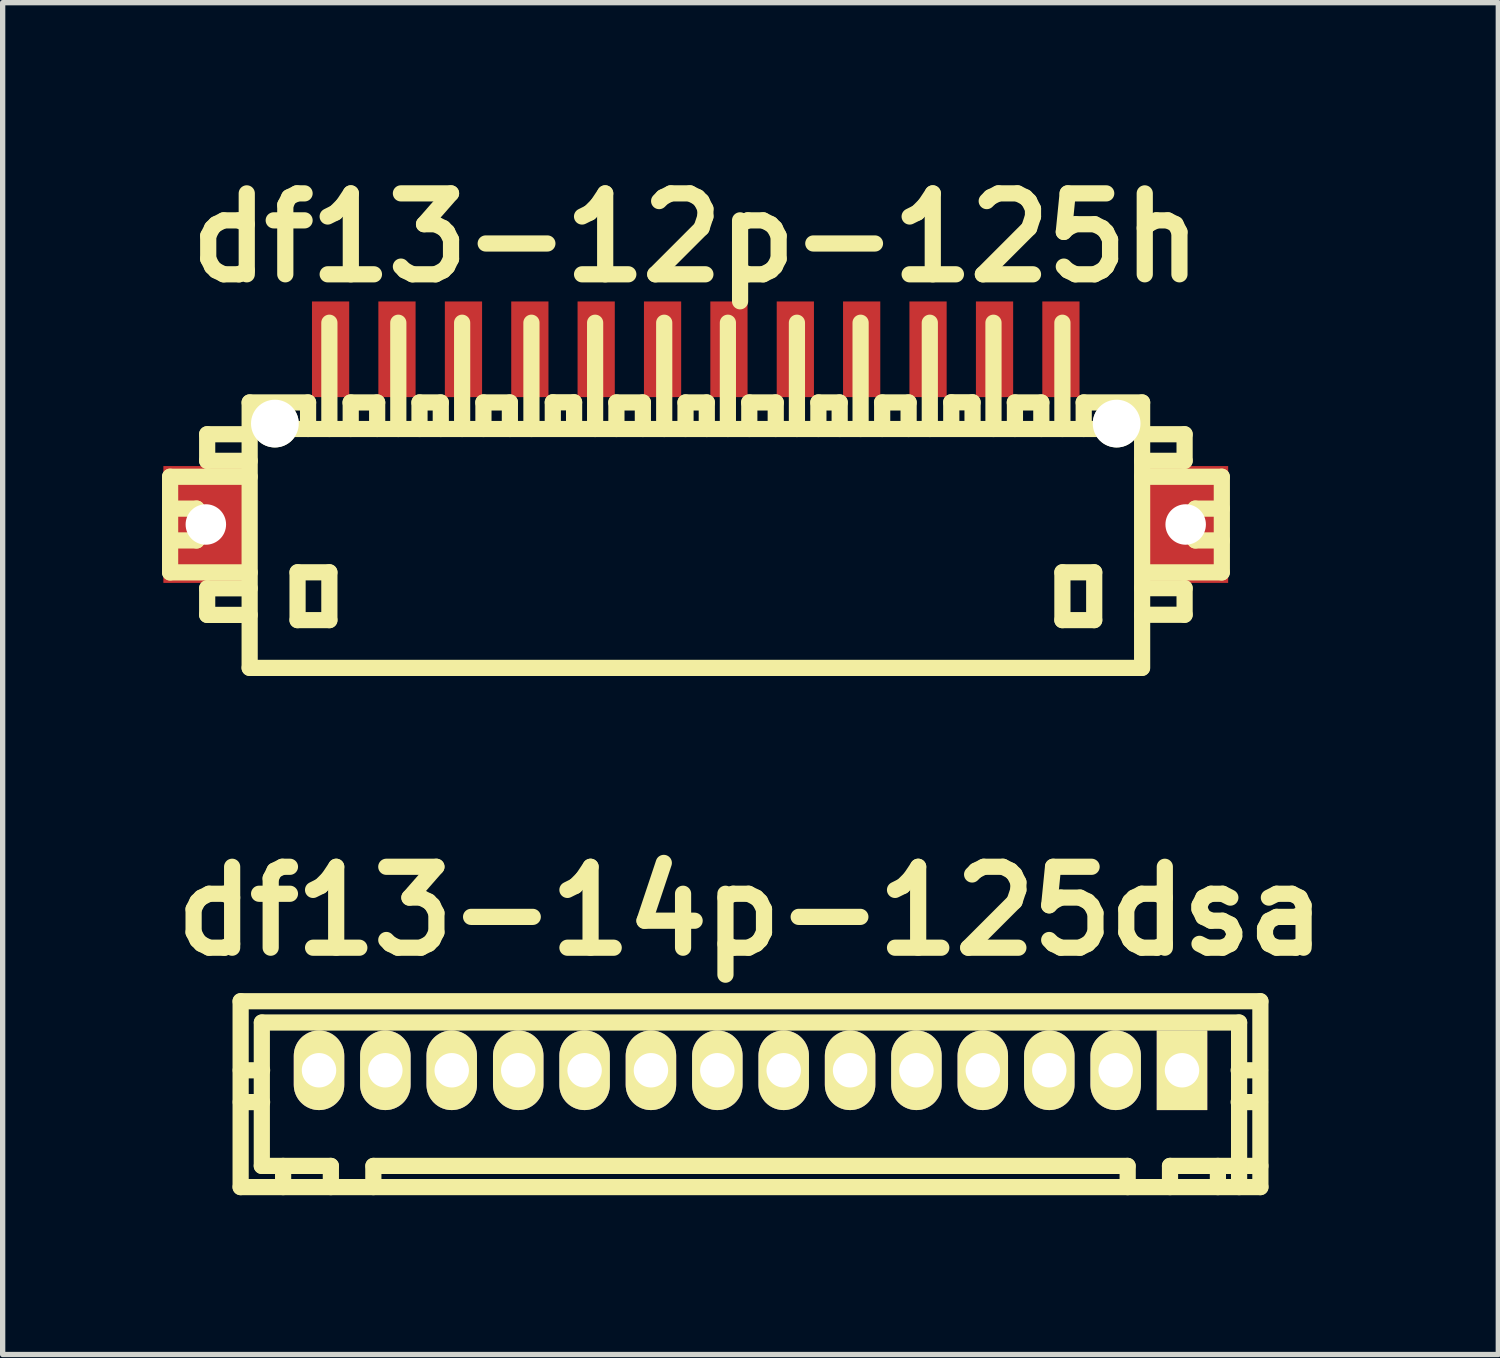
<source format=kicad_pcb>
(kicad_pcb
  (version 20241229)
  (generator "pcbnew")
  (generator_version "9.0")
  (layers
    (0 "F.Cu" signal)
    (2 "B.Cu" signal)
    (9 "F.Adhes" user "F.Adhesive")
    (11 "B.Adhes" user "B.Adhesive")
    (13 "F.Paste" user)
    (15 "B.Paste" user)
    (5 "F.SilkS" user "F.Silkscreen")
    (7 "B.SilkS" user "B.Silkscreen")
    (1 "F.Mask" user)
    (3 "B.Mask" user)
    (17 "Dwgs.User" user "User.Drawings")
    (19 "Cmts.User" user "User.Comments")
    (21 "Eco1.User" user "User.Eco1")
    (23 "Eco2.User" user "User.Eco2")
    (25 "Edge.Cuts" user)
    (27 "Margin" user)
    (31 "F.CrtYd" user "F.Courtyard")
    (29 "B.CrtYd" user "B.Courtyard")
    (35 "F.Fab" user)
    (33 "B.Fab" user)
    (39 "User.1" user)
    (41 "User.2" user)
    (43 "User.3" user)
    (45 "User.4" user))
  (footprint "df13-14p-125dsa"
    (layer "F.Cu")
    (at 11.082 17.103)
    (property "Reference" "df13-14p-125dsa" (at 0 -2.997 0) (layer "F.SilkS") (effects (font (size 1.524 1.524) (thickness 0.305))))
    (attr through_hole)
    (fp_line (start -9.601 -1.3) (end 9.601 -1.3) (stroke (width 0.305) (type solid)) (layer "F.SilkS"))
    (fp_line (start -9.601 2.2) (end -9.601 -1.3) (stroke (width 0.305) (type solid)) (layer "F.SilkS"))
    (fp_line (start -9.601 2.2) (end 9.601 2.2) (stroke (width 0.305) (type solid)) (layer "F.SilkS"))
    (fp_line (start -9.202 -0.899) (end -9.202 1.801) (stroke (width 0.305) (type solid)) (layer "F.SilkS"))
    (fp_line (start -9.197 0) (end -9.599 0) (stroke (width 0.305) (type solid)) (layer "F.SilkS"))
    (fp_line (start -9.197 0.599) (end -9.599 0.599) (stroke (width 0.305) (type solid)) (layer "F.SilkS"))
    (fp_line (start -8.801 1.801) (end -8.801 2.2) (stroke (width 0.305) (type solid)) (layer "F.SilkS"))
    (fp_line (start -8.199 -0.099) (end -8.199 0.099) (stroke (width 0.305) (type solid)) (layer "F.SilkS"))
    (fp_line (start -8.199 0.099) (end -8.001 0.099) (stroke (width 0.305) (type solid)) (layer "F.SilkS"))
    (fp_line (start -8.001 -0.099) (end -8.199 -0.099) (stroke (width 0.305) (type solid)) (layer "F.SilkS"))
    (fp_line (start -8.001 0.099) (end -8.001 -0.099) (stroke (width 0.305) (type solid)) (layer "F.SilkS"))
    (fp_line (start -7.902 1.801) (end -9.202 1.801) (stroke (width 0.305) (type solid)) (layer "F.SilkS"))
    (fp_line (start -7.902 1.801) (end -7.902 2.2) (stroke (width 0.305) (type solid)) (layer "F.SilkS"))
    (fp_line (start -7.102 2.2) (end -7.102 1.801) (stroke (width 0.305) (type solid)) (layer "F.SilkS"))
    (fp_line (start -7.099 1.801) (end 7.099 1.801) (stroke (width 0.305) (type solid)) (layer "F.SilkS"))
    (fp_line (start -7 -0.099) (end -7 0.099) (stroke (width 0.305) (type solid)) (layer "F.SilkS"))
    (fp_line (start -7 0.099) (end -6.8 0.099) (stroke (width 0.305) (type solid)) (layer "F.SilkS"))
    (fp_line (start -6.8 -0.099) (end -7 -0.099) (stroke (width 0.305) (type solid)) (layer "F.SilkS"))
    (fp_line (start -6.8 0.099) (end -6.8 -0.099) (stroke (width 0.305) (type solid)) (layer "F.SilkS"))
    (fp_line (start -5.7 -0.099) (end -5.7 0.099) (stroke (width 0.305) (type solid)) (layer "F.SilkS"))
    (fp_line (start -5.7 0.099) (end -5.499 0.099) (stroke (width 0.305) (type solid)) (layer "F.SilkS"))
    (fp_line (start -5.499 -0.099) (end -5.7 -0.099) (stroke (width 0.305) (type solid)) (layer "F.SilkS"))
    (fp_line (start -5.499 0.099) (end -5.499 -0.099) (stroke (width 0.305) (type solid)) (layer "F.SilkS"))
    (fp_line (start -4.501 -0.099) (end -4.3 -0.099) (stroke (width 0.305) (type solid)) (layer "F.SilkS"))
    (fp_line (start -4.501 0.099) (end -4.501 -0.099) (stroke (width 0.305) (type solid)) (layer "F.SilkS"))
    (fp_line (start -4.3 -0.099) (end -4.3 0.099) (stroke (width 0.305) (type solid)) (layer "F.SilkS"))
    (fp_line (start -4.3 0.099) (end -4.501 0.099) (stroke (width 0.305) (type solid)) (layer "F.SilkS"))
    (fp_line (start -3.2 -0.099) (end -3.2 0.099) (stroke (width 0.305) (type solid)) (layer "F.SilkS"))
    (fp_line (start -3.2 0.099) (end -3 0.099) (stroke (width 0.305) (type solid)) (layer "F.SilkS"))
    (fp_line (start -3 -0.099) (end -3.2 -0.099) (stroke (width 0.305) (type solid)) (layer "F.SilkS"))
    (fp_line (start -3 0.099) (end -3 -0.099) (stroke (width 0.305) (type solid)) (layer "F.SilkS"))
    (fp_line (start -1.999 -0.099) (end -1.999 0.099) (stroke (width 0.305) (type solid)) (layer "F.SilkS"))
    (fp_line (start -1.999 0.099) (end -1.801 0.099) (stroke (width 0.305) (type solid)) (layer "F.SilkS"))
    (fp_line (start -1.801 -0.099) (end -1.999 -0.099) (stroke (width 0.305) (type solid)) (layer "F.SilkS"))
    (fp_line (start -1.801 0.099) (end -1.801 -0.099) (stroke (width 0.305) (type solid)) (layer "F.SilkS"))
    (fp_line (start -0.701 -0.099) (end -0.701 0.099) (stroke (width 0.305) (type solid)) (layer "F.SilkS"))
    (fp_line (start -0.701 0.099) (end -0.5 0.099) (stroke (width 0.305) (type solid)) (layer "F.SilkS"))
    (fp_line (start -0.5 -0.099) (end -0.701 -0.099) (stroke (width 0.305) (type solid)) (layer "F.SilkS"))
    (fp_line (start -0.5 0.099) (end -0.5 -0.099) (stroke (width 0.305) (type solid)) (layer "F.SilkS"))
    (fp_line (start 0.5 -0.099) (end 0.701 -0.099) (stroke (width 0.305) (type solid)) (layer "F.SilkS"))
    (fp_line (start 0.5 0.099) (end 0.5 -0.099) (stroke (width 0.305) (type solid)) (layer "F.SilkS"))
    (fp_line (start 0.701 -0.099) (end 0.701 0.099) (stroke (width 0.305) (type solid)) (layer "F.SilkS"))
    (fp_line (start 0.701 0.099) (end 0.5 0.099) (stroke (width 0.305) (type solid)) (layer "F.SilkS"))
    (fp_line (start 1.801 -0.099) (end 1.999 -0.099) (stroke (width 0.305) (type solid)) (layer "F.SilkS"))
    (fp_line (start 1.801 0.099) (end 1.801 -0.099) (stroke (width 0.305) (type solid)) (layer "F.SilkS"))
    (fp_line (start 1.999 -0.099) (end 1.999 0.099) (stroke (width 0.305) (type solid)) (layer "F.SilkS"))
    (fp_line (start 1.999 0.099) (end 1.801 0.099) (stroke (width 0.305) (type solid)) (layer "F.SilkS"))
    (fp_line (start 3 -0.099) (end 3.2 -0.099) (stroke (width 0.305) (type solid)) (layer "F.SilkS"))
    (fp_line (start 3 0.099) (end 3 -0.099) (stroke (width 0.305) (type solid)) (layer "F.SilkS"))
    (fp_line (start 3.2 -0.099) (end 3.2 0.099) (stroke (width 0.305) (type solid)) (layer "F.SilkS"))
    (fp_line (start 3.2 0.099) (end 3 0.099) (stroke (width 0.305) (type solid)) (layer "F.SilkS"))
    (fp_line (start 4.3 -0.099) (end 4.501 -0.099) (stroke (width 0.305) (type solid)) (layer "F.SilkS"))
    (fp_line (start 4.3 0.099) (end 4.3 -0.099) (stroke (width 0.305) (type solid)) (layer "F.SilkS"))
    (fp_line (start 4.501 -0.099) (end 4.501 0.099) (stroke (width 0.305) (type solid)) (layer "F.SilkS"))
    (fp_line (start 4.501 0.099) (end 4.3 0.099) (stroke (width 0.305) (type solid)) (layer "F.SilkS"))
    (fp_line (start 5.499 -0.099) (end 5.7 -0.099) (stroke (width 0.305) (type solid)) (layer "F.SilkS"))
    (fp_line (start 5.499 0.099) (end 5.499 -0.099) (stroke (width 0.305) (type solid)) (layer "F.SilkS"))
    (fp_line (start 5.7 -0.099) (end 5.7 0.099) (stroke (width 0.305) (type solid)) (layer "F.SilkS"))
    (fp_line (start 5.7 0.099) (end 5.499 0.099) (stroke (width 0.305) (type solid)) (layer "F.SilkS"))
    (fp_line (start 6.8 -0.099) (end 7 -0.099) (stroke (width 0.305) (type solid)) (layer "F.SilkS"))
    (fp_line (start 6.8 0.099) (end 6.8 -0.099) (stroke (width 0.305) (type solid)) (layer "F.SilkS"))
    (fp_line (start 7 -0.099) (end 7 0.099) (stroke (width 0.305) (type solid)) (layer "F.SilkS"))
    (fp_line (start 7 0.099) (end 6.8 0.099) (stroke (width 0.305) (type solid)) (layer "F.SilkS"))
    (fp_line (start 7.102 2.2) (end 7.102 1.801) (stroke (width 0.305) (type solid)) (layer "F.SilkS"))
    (fp_line (start 7.899 1.801) (end 7.899 2.2) (stroke (width 0.305) (type solid)) (layer "F.SilkS"))
    (fp_line (start 7.899 1.801) (end 9.601 1.801) (stroke (width 0.305) (type solid)) (layer "F.SilkS"))
    (fp_line (start 8.001 -0.099) (end 8.199 -0.099) (stroke (width 0.305) (type solid)) (layer "F.SilkS"))
    (fp_line (start 8.001 0.099) (end 8.001 -0.099) (stroke (width 0.305) (type solid)) (layer "F.SilkS"))
    (fp_line (start 8.199 -0.099) (end 8.199 0.099) (stroke (width 0.305) (type solid)) (layer "F.SilkS"))
    (fp_line (start 8.199 0.099) (end 8.001 0.099) (stroke (width 0.305) (type solid)) (layer "F.SilkS"))
    (fp_line (start 8.801 1.801) (end 8.801 2.2) (stroke (width 0.305) (type solid)) (layer "F.SilkS"))
    (fp_line (start 9.192 0) (end 9.594 0) (stroke (width 0.305) (type solid)) (layer "F.SilkS"))
    (fp_line (start 9.2 -0.899) (end -9.2 -0.899) (stroke (width 0.305) (type solid)) (layer "F.SilkS"))
    (fp_line (start 9.2 -0.899) (end 9.2 2.2) (stroke (width 0.305) (type solid)) (layer "F.SilkS"))
    (fp_line (start 9.594 0.599) (end 9.192 0.599) (stroke (width 0.305) (type solid)) (layer "F.SilkS"))
    (fp_line (start 9.601 -1.3) (end 9.601 2.2) (stroke (width 0.305) (type solid)) (layer "F.SilkS"))
    (pad "1" thru_hole rect (at 8.125 0) (size 0.95 1.499) (drill 0.648) (layers "*.Cu" "*.Mask" "F.SilkS"))
    (pad "2" thru_hole oval (at 6.876 0) (size 0.95 1.499) (drill 0.648) (layers "*.Cu" "*.Mask" "F.SilkS"))
    (pad "3" thru_hole oval (at 5.626 0) (size 0.95 1.499) (drill 0.648) (layers "*.Cu" "*.Mask" "F.SilkS"))
    (pad "4" thru_hole oval (at 4.374 0) (size 0.95 1.499) (drill 0.648) (layers "*.Cu" "*.Mask" "F.SilkS"))
    (pad "5" thru_hole oval (at 3.124 0) (size 0.95 1.499) (drill 0.648) (layers "*.Cu" "*.Mask" "F.SilkS"))
    (pad "6" thru_hole oval (at 1.875 0) (size 0.95 1.499) (drill 0.648) (layers "*.Cu" "*.Mask" "F.SilkS"))
    (pad "7" thru_hole oval (at 0.625 0) (size 0.95 1.499) (drill 0.648) (layers "*.Cu" "*.Mask" "F.SilkS"))
    (pad "8" thru_hole oval (at -0.625 0) (size 0.95 1.499) (drill 0.648) (layers "*.Cu" "*.Mask" "F.SilkS"))
    (pad "9" thru_hole oval (at -1.875 0) (size 0.95 1.499) (drill 0.648) (layers "*.Cu" "*.Mask" "F.SilkS"))
    (pad "10" thru_hole oval (at -3.124 0) (size 0.95 1.499) (drill 0.648) (layers "*.Cu" "*.Mask" "F.SilkS"))
    (pad "11" thru_hole oval (at -4.374 0) (size 0.95 1.499) (drill 0.648) (layers "*.Cu" "*.Mask" "F.SilkS"))
    (pad "12" thru_hole oval (at -5.626 0) (size 0.95 1.499) (drill 0.648) (layers "*.Cu" "*.Mask" "F.SilkS"))
    (pad "13" thru_hole oval (at -6.876 0) (size 0.95 1.499) (drill 0.648) (layers "*.Cu" "*.Mask" "F.SilkS"))
    (pad "14" thru_hole oval (at -8.125 0) (size 0.95 1.499) (drill 0.648) (layers "*.Cu" "*.Mask" "F.SilkS")))
  (footprint "df13-12p-125h"
    (layer "F.Cu")
    (at 10.051 7.027)
    (property "Reference" "df13-12p-125h" (at 0 -5.601 0) (layer "F.SilkS") (effects (font (size 1.524 1.524) (thickness 0.305))))
    (attr through_hole)
    (fp_line (start -9.898 -1.1) (end -9.898 0.701) (stroke (width 0.305) (type solid)) (layer "F.SilkS"))
    (fp_line (start -9.898 0.701) (end -8.4 0.701) (stroke (width 0.305) (type solid)) (layer "F.SilkS"))
    (fp_line (start -9.398 -0.5) (end -9.898 -0.5) (stroke (width 0.305) (type solid)) (layer "F.SilkS"))
    (fp_line (start -9.398 0.099) (end -9.898 0.099) (stroke (width 0.305) (type solid)) (layer "F.SilkS"))
    (fp_line (start -9.398 0.099) (end -9.398 -0.5) (stroke (width 0.305) (type solid)) (layer "F.SilkS"))
    (fp_line (start -9.2 -1.9) (end -9.2 -1.4) (stroke (width 0.305) (type solid)) (layer "F.SilkS"))
    (fp_line (start -9.2 -1.9) (end -8.4 -1.9) (stroke (width 0.305) (type solid)) (layer "F.SilkS"))
    (fp_line (start -9.2 1.001) (end -9.2 1.501) (stroke (width 0.305) (type solid)) (layer "F.SilkS"))
    (fp_line (start -9.2 1.501) (end -8.4 1.501) (stroke (width 0.305) (type solid)) (layer "F.SilkS"))
    (fp_line (start -8.4 -1.4) (end -9.2 -1.4) (stroke (width 0.305) (type solid)) (layer "F.SilkS"))
    (fp_line (start -8.4 -1.1) (end -9.898 -1.1) (stroke (width 0.305) (type solid)) (layer "F.SilkS"))
    (fp_line (start -8.4 1.001) (end -9.2 1.001) (stroke (width 0.305) (type solid)) (layer "F.SilkS"))
    (fp_line (start -8.4 2.499) (end -8.4 -2.499) (stroke (width 0.305) (type solid)) (layer "F.SilkS"))
    (fp_line (start -7.498 0.699) (end -7.498 1.6) (stroke (width 0.305) (type solid)) (layer "F.SilkS"))
    (fp_line (start -7.498 1.6) (end -6.899 1.6) (stroke (width 0.305) (type solid)) (layer "F.SilkS"))
    (fp_line (start -7.3 -2.499) (end -8.4 -2.499) (stroke (width 0.305) (type solid)) (layer "F.SilkS"))
    (fp_line (start -7.3 -2.499) (end -7.3 -1.999) (stroke (width 0.305) (type solid)) (layer "F.SilkS"))
    (fp_line (start -6.899 -4) (end -6.899 -1.999) (stroke (width 0.305) (type solid)) (layer "F.SilkS"))
    (fp_line (start -6.899 0.699) (end -7.498 0.699) (stroke (width 0.305) (type solid)) (layer "F.SilkS"))
    (fp_line (start -6.899 1.6) (end -6.899 0.699) (stroke (width 0.305) (type solid)) (layer "F.SilkS"))
    (fp_line (start -6.5 -2.499) (end -5.999 -2.499) (stroke (width 0.305) (type solid)) (layer "F.SilkS"))
    (fp_line (start -6.497 -1.999) (end -6.497 -2.499) (stroke (width 0.305) (type solid)) (layer "F.SilkS"))
    (fp_line (start -5.999 -2.499) (end -5.999 -1.999) (stroke (width 0.305) (type solid)) (layer "F.SilkS"))
    (fp_line (start -5.601 -1.999) (end -5.601 -4) (stroke (width 0.305) (type solid)) (layer "F.SilkS"))
    (fp_line (start -5.202 -2.499) (end -5.202 -1.999) (stroke (width 0.305) (type solid)) (layer "F.SilkS"))
    (fp_line (start -4.801 -2.499) (end -5.202 -2.499) (stroke (width 0.305) (type solid)) (layer "F.SilkS"))
    (fp_line (start -4.801 -2.499) (end -4.801 -1.999) (stroke (width 0.305) (type solid)) (layer "F.SilkS"))
    (fp_line (start -4.399 -1.999) (end -4.399 -4) (stroke (width 0.305) (type solid)) (layer "F.SilkS"))
    (fp_line (start -4 -2.499) (end -3.5 -2.499) (stroke (width 0.305) (type solid)) (layer "F.SilkS"))
    (fp_line (start -3.998 -1.999) (end -3.998 -2.499) (stroke (width 0.305) (type solid)) (layer "F.SilkS"))
    (fp_line (start -3.5 -2.499) (end -3.5 -1.999) (stroke (width 0.305) (type solid)) (layer "F.SilkS"))
    (fp_line (start -3.094 -1.999) (end -3.094 -4) (stroke (width 0.305) (type solid)) (layer "F.SilkS"))
    (fp_line (start -2.692 -2.502) (end -2.692 -2.002) (stroke (width 0.305) (type solid)) (layer "F.SilkS"))
    (fp_line (start -2.291 -2.502) (end -2.692 -2.502) (stroke (width 0.305) (type solid)) (layer "F.SilkS"))
    (fp_line (start -2.291 -2.502) (end -2.291 -2.002) (stroke (width 0.305) (type solid)) (layer "F.SilkS"))
    (fp_line (start -1.895 -1.999) (end -1.895 -4) (stroke (width 0.305) (type solid)) (layer "F.SilkS"))
    (fp_line (start -1.496 -2.499) (end -0.996 -2.499) (stroke (width 0.305) (type solid)) (layer "F.SilkS"))
    (fp_line (start -1.494 -1.999) (end -1.494 -2.499) (stroke (width 0.305) (type solid)) (layer "F.SilkS"))
    (fp_line (start -0.996 -2.499) (end -0.996 -1.999) (stroke (width 0.305) (type solid)) (layer "F.SilkS"))
    (fp_line (start -0.594 -1.999) (end -0.594 -4) (stroke (width 0.305) (type solid)) (layer "F.SilkS"))
    (fp_line (start -0.193 -2.499) (end -0.193 -1.999) (stroke (width 0.305) (type solid)) (layer "F.SilkS"))
    (fp_line (start 0.208 -2.499) (end -0.193 -2.499) (stroke (width 0.305) (type solid)) (layer "F.SilkS"))
    (fp_line (start 0.208 -2.499) (end 0.208 -1.999) (stroke (width 0.305) (type solid)) (layer "F.SilkS"))
    (fp_line (start 0.605 -1.999) (end 0.605 -4) (stroke (width 0.305) (type solid)) (layer "F.SilkS"))
    (fp_line (start 1.006 -2.499) (end 1.506 -2.499) (stroke (width 0.305) (type solid)) (layer "F.SilkS"))
    (fp_line (start 1.008 -1.999) (end 1.008 -2.499) (stroke (width 0.305) (type solid)) (layer "F.SilkS"))
    (fp_line (start 1.506 -2.499) (end 1.506 -1.999) (stroke (width 0.305) (type solid)) (layer "F.SilkS"))
    (fp_line (start 1.905 -1.999) (end 1.905 -4) (stroke (width 0.305) (type solid)) (layer "F.SilkS"))
    (fp_line (start 2.309 -2.499) (end 2.309 -1.999) (stroke (width 0.305) (type solid)) (layer "F.SilkS"))
    (fp_line (start 2.71 -2.499) (end 2.309 -2.499) (stroke (width 0.305) (type solid)) (layer "F.SilkS"))
    (fp_line (start 2.71 -2.499) (end 2.71 -1.999) (stroke (width 0.305) (type solid)) (layer "F.SilkS"))
    (fp_line (start 3.104 -1.999) (end 3.104 -4) (stroke (width 0.305) (type solid)) (layer "F.SilkS"))
    (fp_line (start 3.508 -2.499) (end 4.008 -2.499) (stroke (width 0.305) (type solid)) (layer "F.SilkS"))
    (fp_line (start 3.51 -1.999) (end 3.51 -2.499) (stroke (width 0.305) (type solid)) (layer "F.SilkS"))
    (fp_line (start 4.008 -2.499) (end 4.008 -1.999) (stroke (width 0.305) (type solid)) (layer "F.SilkS"))
    (fp_line (start 4.407 -1.999) (end 4.407 -4) (stroke (width 0.305) (type solid)) (layer "F.SilkS"))
    (fp_line (start 4.811 -2.502) (end 4.811 -2.002) (stroke (width 0.305) (type solid)) (layer "F.SilkS"))
    (fp_line (start 5.212 -2.502) (end 4.811 -2.502) (stroke (width 0.305) (type solid)) (layer "F.SilkS"))
    (fp_line (start 5.212 -2.502) (end 5.212 -2.002) (stroke (width 0.305) (type solid)) (layer "F.SilkS"))
    (fp_line (start 5.606 -1.999) (end 5.606 -4) (stroke (width 0.305) (type solid)) (layer "F.SilkS"))
    (fp_line (start 6.007 -2.499) (end 6.507 -2.499) (stroke (width 0.305) (type solid)) (layer "F.SilkS"))
    (fp_line (start 6.01 -1.999) (end 6.01 -2.499) (stroke (width 0.305) (type solid)) (layer "F.SilkS"))
    (fp_line (start 6.507 -2.499) (end 6.507 -1.999) (stroke (width 0.305) (type solid)) (layer "F.SilkS"))
    (fp_line (start 6.904 -1.999) (end 6.904 -4) (stroke (width 0.305) (type solid)) (layer "F.SilkS"))
    (fp_line (start 6.904 0.699) (end 7.503 0.699) (stroke (width 0.305) (type solid)) (layer "F.SilkS"))
    (fp_line (start 6.904 1.6) (end 6.904 0.699) (stroke (width 0.305) (type solid)) (layer "F.SilkS"))
    (fp_line (start 7.305 -2.499) (end 7.305 -1.999) (stroke (width 0.305) (type solid)) (layer "F.SilkS"))
    (fp_line (start 7.503 0.699) (end 7.503 1.6) (stroke (width 0.305) (type solid)) (layer "F.SilkS"))
    (fp_line (start 7.503 1.6) (end 6.904 1.6) (stroke (width 0.305) (type solid)) (layer "F.SilkS"))
    (fp_line (start 8.4 -1.999) (end -8.4 -1.999) (stroke (width 0.305) (type solid)) (layer "F.SilkS"))
    (fp_line (start 8.4 2.499) (end -8.4 2.499) (stroke (width 0.305) (type solid)) (layer "F.SilkS"))
    (fp_line (start 8.405 -2.499) (end 7.305 -2.499) (stroke (width 0.305) (type solid)) (layer "F.SilkS"))
    (fp_line (start 8.405 -2.499) (end 8.405 2.499) (stroke (width 0.305) (type solid)) (layer "F.SilkS"))
    (fp_line (start 8.405 -1.9) (end 9.205 -1.9) (stroke (width 0.305) (type solid)) (layer "F.SilkS"))
    (fp_line (start 8.405 0.998) (end 9.205 0.998) (stroke (width 0.305) (type solid)) (layer "F.SilkS"))
    (fp_line (start 9.205 -1.9) (end 9.205 -1.4) (stroke (width 0.305) (type solid)) (layer "F.SilkS"))
    (fp_line (start 9.205 -1.4) (end 8.405 -1.4) (stroke (width 0.305) (type solid)) (layer "F.SilkS"))
    (fp_line (start 9.205 0.998) (end 9.205 1.499) (stroke (width 0.305) (type solid)) (layer "F.SilkS"))
    (fp_line (start 9.205 1.499) (end 8.405 1.499) (stroke (width 0.305) (type solid)) (layer "F.SilkS"))
    (fp_line (start 9.406 0.099) (end 9.406 -0.5) (stroke (width 0.305) (type solid)) (layer "F.SilkS"))
    (fp_line (start 9.903 -1.1) (end 8.405 -1.1) (stroke (width 0.305) (type solid)) (layer "F.SilkS"))
    (fp_line (start 9.903 0.701) (end 8.504 0.701) (stroke (width 0.305) (type solid)) (layer "F.SilkS"))
    (fp_line (start 9.906 -1.1) (end 9.906 0.701) (stroke (width 0.305) (type solid)) (layer "F.SilkS"))
    (fp_line (start 9.906 -0.5) (end 9.406 -0.5) (stroke (width 0.305) (type solid)) (layer "F.SilkS"))
    (fp_line (start 9.906 0.099) (end 9.406 0.099) (stroke (width 0.305) (type solid)) (layer "F.SilkS"))
    (pad "" np_thru_hole rect (at -9.225 -0.201) (size 1.6 2.2) (drill 0.762) (layers "F.Cu" "F.Mask" "F.Paste"))
    (pad "" np_thru_hole circle (at -7.925 -2.101) (size 0.899 0.899) (drill 0.899) (layers "*.Cu" "*.Mask" "F.SilkS"))
    (pad "" np_thru_hole circle (at 7.925 -2.101) (size 0.899 0.899) (drill 0.899) (layers "*.Cu" "*.Mask" "F.SilkS"))
    (pad "" np_thru_hole rect (at 9.225 -0.201) (size 1.6 2.2) (drill 0.762) (layers "F.Cu" "F.Mask" "F.Paste"))
    (pad "1" smd rect (at 6.876 -3.5) (size 0.701 1.801) (layers "F.Cu" "F.Mask" "F.Paste"))
    (pad "2" smd rect (at 5.626 -3.5) (size 0.701 1.801) (layers "F.Cu" "F.Mask" "F.Paste"))
    (pad "3" smd rect (at 4.374 -3.5) (size 0.701 1.801) (layers "F.Cu" "F.Mask" "F.Paste"))
    (pad "4" smd rect (at 3.124 -3.5) (size 0.701 1.801) (layers "F.Cu" "F.Mask" "F.Paste"))
    (pad "5" smd rect (at 1.875 -3.5) (size 0.701 1.801) (layers "F.Cu" "F.Mask" "F.Paste"))
    (pad "6" smd rect (at 0.625 -3.5) (size 0.701 1.801) (layers "F.Cu" "F.Mask" "F.Paste"))
    (pad "7" smd rect (at -0.625 -3.5) (size 0.701 1.801) (layers "F.Cu" "F.Mask" "F.Paste"))
    (pad "8" smd rect (at -1.875 -3.5) (size 0.701 1.801) (layers "F.Cu" "F.Mask" "F.Paste"))
    (pad "9" smd rect (at -3.124 -3.5) (size 0.701 1.801) (layers "F.Cu" "F.Mask" "F.Paste"))
    (pad "10" smd rect (at -4.374 -3.5) (size 0.701 1.801) (layers "F.Cu" "F.Mask" "F.Paste"))
    (pad "11" smd rect (at -5.626 -3.5) (size 0.701 1.801) (layers "F.Cu" "F.Mask" "F.Paste"))
    (pad "12" smd rect (at -6.876 -3.5) (size 0.701 1.801) (layers "F.Cu" "F.Mask" "F.Paste")))
  (gr_rect
    (start -3 -3)
    (end 25.163 22.455)
    (stroke (width 0.1) (type default))
    (fill no)
    (layer "Edge.Cuts")))
</source>
